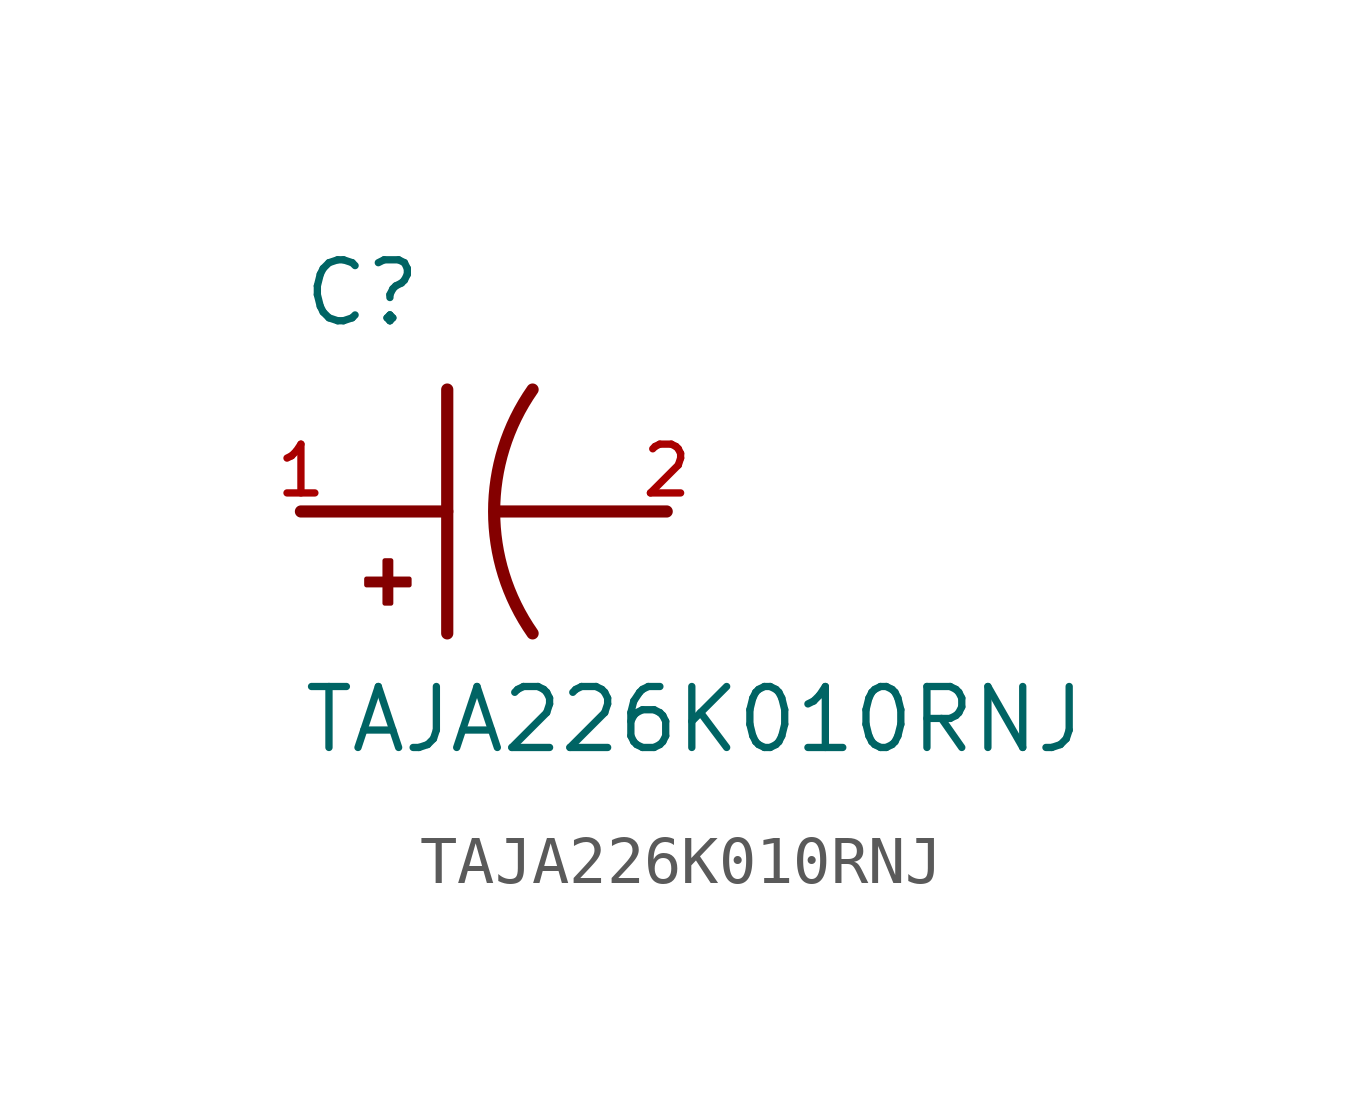
<source format=kicad_sym>
(kicad_symbol_lib
  (version 20211014)
  (generator kicad_symbol_editor)
  (symbol "TAJA226K010RNJ"
    (pin_names
      (offset 1.016))
    (property "Reference" "C"
      (at -5.08 3.81 0)
      (effects (font (size 1.27 1.27)) (justify bottom left)))
    (property "Value" "TAJA226K010RNJ"
      (at -5.08 -5.08 0)
      (effects (font (size 1.27 1.27)) (justify bottom left)))
    (symbol "TAJA226K010RNJ_0_0"
      (arc (start -0.254 -2.54) (mid -1.0549 -0.0) (end -0.254 2.54) (stroke (width 0.254) (type default) (color 0 0 0 0)) (fill (type none)))
      (polyline (pts (xy -1.016 0.0) (xy 2.54 0.0)) (stroke (width 0.254)))
      (polyline (pts (xy -5.08 0.0) (xy -2.032 0.0)) (stroke (width 0.254)))
      (polyline (pts (xy -2.032 2.54) (xy -2.032 -2.54)) (stroke (width 0.254)))
      (rectangle (start -3.713 -1.532) (end -2.824 -1.405) (stroke (width 0.1)) (fill (type outline)))
      (rectangle (start -3.332 -1.913) (end -3.205 -1.024) (stroke (width 0.1)) (fill (type outline)))
      (pin passive line (at -5.08 0.0 0) (length 0) (name "~" (effects (font (size 1.016 1.016)))) (number "1" (effects (font (size 1.016 1.016)))))
      (pin passive line (at 2.54 0.0 180.0) (length 0) (name "~" (effects (font (size 1.016 1.016)))) (number "2" (effects (font (size 1.016 1.016))))))))
</source>
